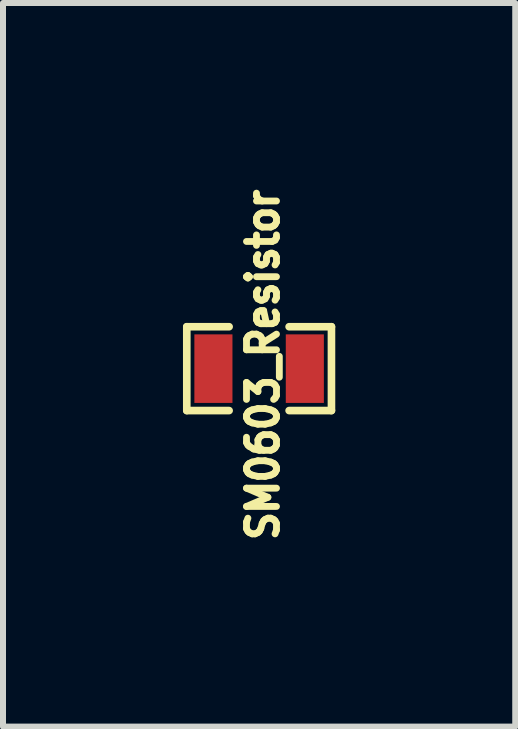
<source format=kicad_pcb>
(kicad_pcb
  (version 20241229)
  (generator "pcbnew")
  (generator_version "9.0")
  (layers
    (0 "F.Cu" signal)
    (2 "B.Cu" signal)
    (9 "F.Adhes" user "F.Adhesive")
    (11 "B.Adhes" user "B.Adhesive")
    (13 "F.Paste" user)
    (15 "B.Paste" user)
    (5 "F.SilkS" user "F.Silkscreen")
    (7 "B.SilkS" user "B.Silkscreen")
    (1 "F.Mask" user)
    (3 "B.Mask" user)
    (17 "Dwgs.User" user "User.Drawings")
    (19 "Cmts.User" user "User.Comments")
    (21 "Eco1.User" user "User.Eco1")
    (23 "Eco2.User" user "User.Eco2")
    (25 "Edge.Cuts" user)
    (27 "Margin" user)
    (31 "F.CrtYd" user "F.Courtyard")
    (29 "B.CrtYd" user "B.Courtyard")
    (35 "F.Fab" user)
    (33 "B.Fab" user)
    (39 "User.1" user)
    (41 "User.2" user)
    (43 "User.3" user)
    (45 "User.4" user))
  (footprint "SM0603_Resistor"
    (layer "F.Cu")
    (at 1.27 3.096)
    (property "Reference" "SM0603_Resistor" (at 0.064 -0.064 90) (layer "F.SilkS") (effects (font (size 0.5 0.457) (thickness 0.114))))
    (attr smd)
    (fp_line (start -1.206 -0.699) (end -1.206 0.699) (stroke (width 0.127) (type solid)) (layer "F.SilkS"))
    (fp_line (start -1.206 0.699) (end -0.5 0.699) (stroke (width 0.127) (type solid)) (layer "F.SilkS"))
    (fp_line (start -0.5 -0.699) (end -1.206 -0.699) (stroke (width 0.127) (type solid)) (layer "F.SilkS"))
    (fp_line (start 1.206 -0.699) (end 0.5 -0.699) (stroke (width 0.127) (type solid)) (layer "F.SilkS"))
    (fp_line (start 1.206 -0.699) (end 1.206 0.699) (stroke (width 0.127) (type solid)) (layer "F.SilkS"))
    (fp_line (start 1.206 0.699) (end 0.5 0.699) (stroke (width 0.127) (type solid)) (layer "F.SilkS"))
    (pad "1" smd rect (at -0.762 0) (size 0.635 1.143) (layers "F.Cu" "F.Mask" "F.Paste"))
    (pad "2" smd rect (at 0.762 0) (size 0.635 1.143) (layers "F.Cu" "F.Mask" "F.Paste")))
  (gr_rect
    (start -3 -3)
    (end 5.54 9.064)
    (stroke (width 0.1) (type default))
    (fill no)
    (layer "Edge.Cuts")))
</source>
